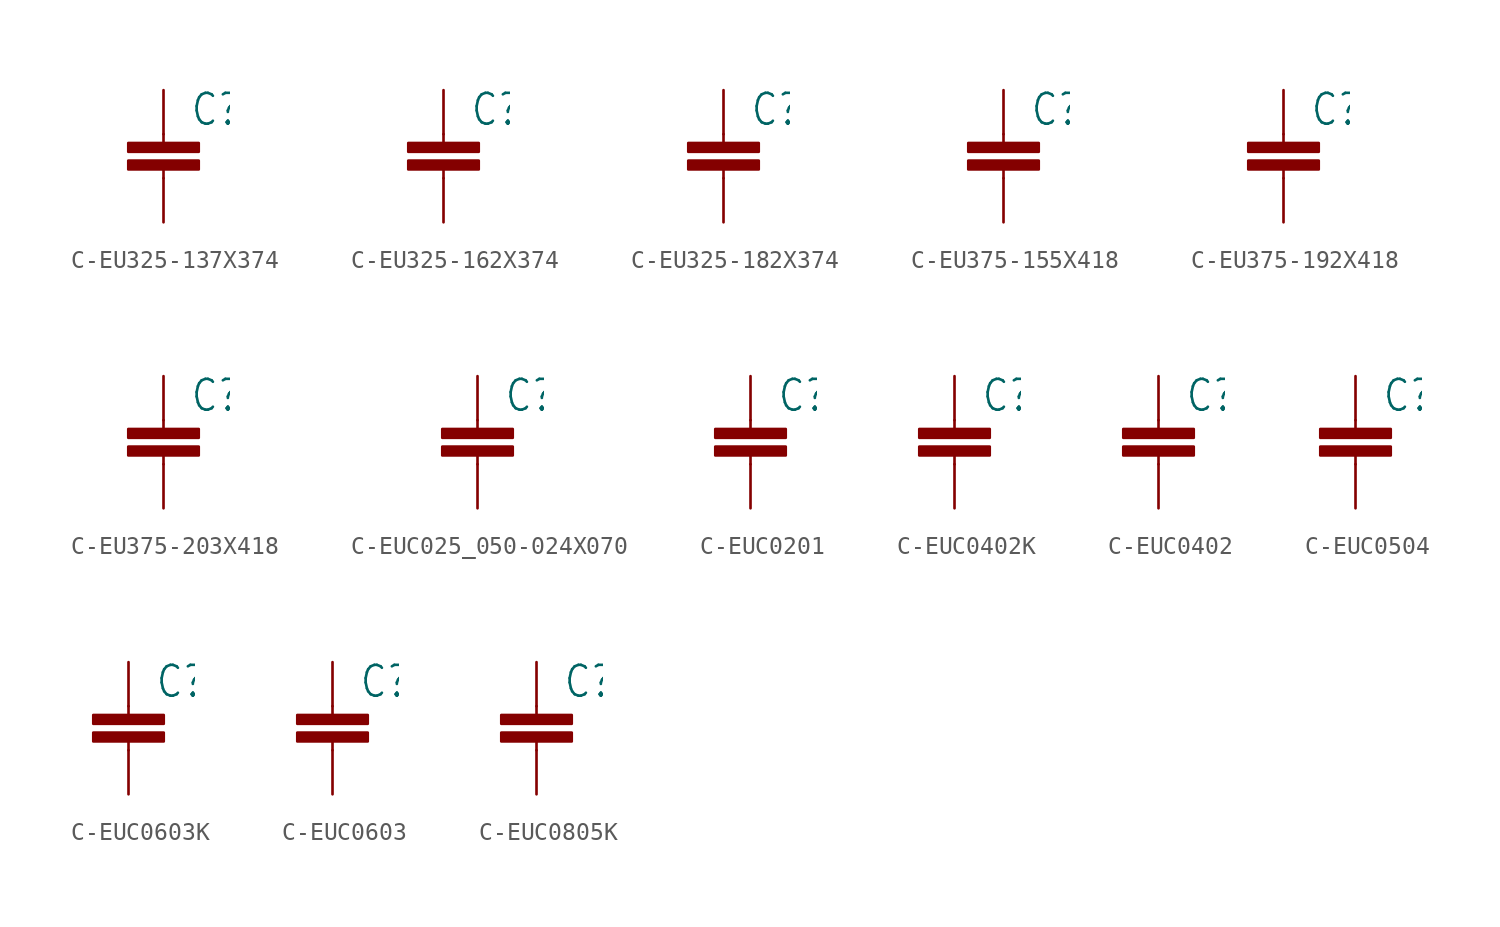
<source format=kicad_sym>
(kicad_symbol_lib
  (version 20241209)
  (generator "kicad_symbol_editor")
  (generator_version "9.0")
  (symbol "C-EU325-137X374"
    (property "Reference" "C"
      (at 1.524 0.381 0)
      (effects (font (size 1.778 1.511)) (justify left bottom)))
    (property "Value" ""
      (at 1.524 -4.699 0)
      (effects (font (size 1.778 1.511)) (justify left bottom)))
    (property "ki_locked" ""
      (at 0 0 0)
      (effects (font (size 1.27 1.27))))
    (symbol "C-EU325-137X374_1_0"
      (rectangle (start -2.032 -1.016) (end 2.032 -0.508) (stroke (width 0) (type default)) (fill (type outline)))
      (rectangle (start -2.032 -2.032) (end 2.032 -1.524) (stroke (width 0) (type default)) (fill (type outline)))
      (polyline (pts (xy 0 0) (xy 0 -0.508)) (stroke (width 0.152) (type solid)) (fill (type none)))
      (polyline (pts (xy 0 -2.54) (xy 0 -2.032)) (stroke (width 0.152) (type solid)) (fill (type none)))
      (pin passive line (at 0 2.54 270) (length 2.54) (name "1" (effects (font (size 0 0)))) (number "1" (effects (font (size 0 0)))))
      (pin passive line (at 0 -5.08 90) (length 2.54) (name "2" (effects (font (size 0 0)))) (number "2" (effects (font (size 0 0)))))))
  (symbol "C-EU325-162X374"
    (property "Reference" "C"
      (at 1.524 0.381 0)
      (effects (font (size 1.778 1.511)) (justify left bottom)))
    (property "Value" ""
      (at 1.524 -4.699 0)
      (effects (font (size 1.778 1.511)) (justify left bottom)))
    (property "ki_locked" ""
      (at 0 0 0)
      (effects (font (size 1.27 1.27))))
    (symbol "C-EU325-162X374_1_0"
      (rectangle (start -2.032 -1.016) (end 2.032 -0.508) (stroke (width 0) (type default)) (fill (type outline)))
      (rectangle (start -2.032 -2.032) (end 2.032 -1.524) (stroke (width 0) (type default)) (fill (type outline)))
      (polyline (pts (xy 0 0) (xy 0 -0.508)) (stroke (width 0.152) (type solid)) (fill (type none)))
      (polyline (pts (xy 0 -2.54) (xy 0 -2.032)) (stroke (width 0.152) (type solid)) (fill (type none)))
      (pin passive line (at 0 2.54 270) (length 2.54) (name "1" (effects (font (size 0 0)))) (number "1" (effects (font (size 0 0)))))
      (pin passive line (at 0 -5.08 90) (length 2.54) (name "2" (effects (font (size 0 0)))) (number "2" (effects (font (size 0 0)))))))
  (symbol "C-EU325-182X374"
    (property "Reference" "C"
      (at 1.524 0.381 0)
      (effects (font (size 1.778 1.511)) (justify left bottom)))
    (property "Value" ""
      (at 1.524 -4.699 0)
      (effects (font (size 1.778 1.511)) (justify left bottom)))
    (property "ki_locked" ""
      (at 0 0 0)
      (effects (font (size 1.27 1.27))))
    (symbol "C-EU325-182X374_1_0"
      (rectangle (start -2.032 -1.016) (end 2.032 -0.508) (stroke (width 0) (type default)) (fill (type outline)))
      (rectangle (start -2.032 -2.032) (end 2.032 -1.524) (stroke (width 0) (type default)) (fill (type outline)))
      (polyline (pts (xy 0 0) (xy 0 -0.508)) (stroke (width 0.152) (type solid)) (fill (type none)))
      (polyline (pts (xy 0 -2.54) (xy 0 -2.032)) (stroke (width 0.152) (type solid)) (fill (type none)))
      (pin passive line (at 0 2.54 270) (length 2.54) (name "1" (effects (font (size 0 0)))) (number "1" (effects (font (size 0 0)))))
      (pin passive line (at 0 -5.08 90) (length 2.54) (name "2" (effects (font (size 0 0)))) (number "2" (effects (font (size 0 0)))))))
  (symbol "C-EU375-155X418"
    (property "Reference" "C"
      (at 1.524 0.381 0)
      (effects (font (size 1.778 1.511)) (justify left bottom)))
    (property "Value" ""
      (at 1.524 -4.699 0)
      (effects (font (size 1.778 1.511)) (justify left bottom)))
    (property "ki_locked" ""
      (at 0 0 0)
      (effects (font (size 1.27 1.27))))
    (symbol "C-EU375-155X418_1_0"
      (rectangle (start -2.032 -1.016) (end 2.032 -0.508) (stroke (width 0) (type default)) (fill (type outline)))
      (rectangle (start -2.032 -2.032) (end 2.032 -1.524) (stroke (width 0) (type default)) (fill (type outline)))
      (polyline (pts (xy 0 0) (xy 0 -0.508)) (stroke (width 0.152) (type solid)) (fill (type none)))
      (polyline (pts (xy 0 -2.54) (xy 0 -2.032)) (stroke (width 0.152) (type solid)) (fill (type none)))
      (pin passive line (at 0 2.54 270) (length 2.54) (name "1" (effects (font (size 0 0)))) (number "1" (effects (font (size 0 0)))))
      (pin passive line (at 0 -5.08 90) (length 2.54) (name "2" (effects (font (size 0 0)))) (number "2" (effects (font (size 0 0)))))))
  (symbol "C-EU375-192X418"
    (property "Reference" "C"
      (at 1.524 0.381 0)
      (effects (font (size 1.778 1.511)) (justify left bottom)))
    (property "Value" ""
      (at 1.524 -4.699 0)
      (effects (font (size 1.778 1.511)) (justify left bottom)))
    (property "ki_locked" ""
      (at 0 0 0)
      (effects (font (size 1.27 1.27))))
    (symbol "C-EU375-192X418_1_0"
      (rectangle (start -2.032 -1.016) (end 2.032 -0.508) (stroke (width 0) (type default)) (fill (type outline)))
      (rectangle (start -2.032 -2.032) (end 2.032 -1.524) (stroke (width 0) (type default)) (fill (type outline)))
      (polyline (pts (xy 0 0) (xy 0 -0.508)) (stroke (width 0.152) (type solid)) (fill (type none)))
      (polyline (pts (xy 0 -2.54) (xy 0 -2.032)) (stroke (width 0.152) (type solid)) (fill (type none)))
      (pin passive line (at 0 2.54 270) (length 2.54) (name "1" (effects (font (size 0 0)))) (number "1" (effects (font (size 0 0)))))
      (pin passive line (at 0 -5.08 90) (length 2.54) (name "2" (effects (font (size 0 0)))) (number "2" (effects (font (size 0 0)))))))
  (symbol "C-EU375-203X418"
    (property "Reference" "C"
      (at 1.524 0.381 0)
      (effects (font (size 1.778 1.511)) (justify left bottom)))
    (property "Value" ""
      (at 1.524 -4.699 0)
      (effects (font (size 1.778 1.511)) (justify left bottom)))
    (property "ki_locked" ""
      (at 0 0 0)
      (effects (font (size 1.27 1.27))))
    (symbol "C-EU375-203X418_1_0"
      (rectangle (start -2.032 -1.016) (end 2.032 -0.508) (stroke (width 0) (type default)) (fill (type outline)))
      (rectangle (start -2.032 -2.032) (end 2.032 -1.524) (stroke (width 0) (type default)) (fill (type outline)))
      (polyline (pts (xy 0 0) (xy 0 -0.508)) (stroke (width 0.152) (type solid)) (fill (type none)))
      (polyline (pts (xy 0 -2.54) (xy 0 -2.032)) (stroke (width 0.152) (type solid)) (fill (type none)))
      (pin passive line (at 0 2.54 270) (length 2.54) (name "1" (effects (font (size 0 0)))) (number "1" (effects (font (size 0 0)))))
      (pin passive line (at 0 -5.08 90) (length 2.54) (name "2" (effects (font (size 0 0)))) (number "2" (effects (font (size 0 0)))))))
  (symbol "C-EUC025_050-024X070"
    (property "Reference" "C"
      (at 1.524 0.381 0)
      (effects (font (size 1.778 1.511)) (justify left bottom)))
    (property "Value" ""
      (at 1.524 -4.699 0)
      (effects (font (size 1.778 1.511)) (justify left bottom)))
    (property "ki_locked" ""
      (at 0 0 0)
      (effects (font (size 1.27 1.27))))
    (symbol "C-EUC025_050-024X070_1_0"
      (rectangle (start -2.032 -1.016) (end 2.032 -0.508) (stroke (width 0) (type default)) (fill (type outline)))
      (rectangle (start -2.032 -2.032) (end 2.032 -1.524) (stroke (width 0) (type default)) (fill (type outline)))
      (polyline (pts (xy 0 0) (xy 0 -0.508)) (stroke (width 0.152) (type solid)) (fill (type none)))
      (polyline (pts (xy 0 -2.54) (xy 0 -2.032)) (stroke (width 0.152) (type solid)) (fill (type none)))
      (pin passive line (at 0 2.54 270) (length 2.54) (name "1" (effects (font (size 0 0)))) (number "1" (effects (font (size 0 0)))))
      (pin passive line (at 0 -5.08 90) (length 2.54) (name "2" (effects (font (size 0 0)))) (number "2" (effects (font (size 0 0)))))))
  (symbol "C-EUC0201"
    (property "Reference" "C"
      (at 1.524 0.381 0)
      (effects (font (size 1.778 1.511)) (justify left bottom)))
    (property "Value" ""
      (at 1.524 -4.699 0)
      (effects (font (size 1.778 1.511)) (justify left bottom)))
    (property "ki_locked" ""
      (at 0 0 0)
      (effects (font (size 1.27 1.27))))
    (symbol "C-EUC0201_1_0"
      (rectangle (start -2.032 -1.016) (end 2.032 -0.508) (stroke (width 0) (type default)) (fill (type outline)))
      (rectangle (start -2.032 -2.032) (end 2.032 -1.524) (stroke (width 0) (type default)) (fill (type outline)))
      (polyline (pts (xy 0 0) (xy 0 -0.508)) (stroke (width 0.152) (type solid)) (fill (type none)))
      (polyline (pts (xy 0 -2.54) (xy 0 -2.032)) (stroke (width 0.152) (type solid)) (fill (type none)))
      (pin passive line (at 0 2.54 270) (length 2.54) (name "1" (effects (font (size 0 0)))) (number "1" (effects (font (size 0 0)))))
      (pin passive line (at 0 -5.08 90) (length 2.54) (name "2" (effects (font (size 0 0)))) (number "2" (effects (font (size 0 0)))))))
  (symbol "C-EUC0402K"
    (property "Reference" "C"
      (at 1.524 0.381 0)
      (effects (font (size 1.778 1.511)) (justify left bottom)))
    (property "Value" ""
      (at 1.524 -4.699 0)
      (effects (font (size 1.778 1.511)) (justify left bottom)))
    (property "ki_locked" ""
      (at 0 0 0)
      (effects (font (size 1.27 1.27))))
    (symbol "C-EUC0402K_1_0"
      (rectangle (start -2.032 -1.016) (end 2.032 -0.508) (stroke (width 0) (type default)) (fill (type outline)))
      (rectangle (start -2.032 -2.032) (end 2.032 -1.524) (stroke (width 0) (type default)) (fill (type outline)))
      (polyline (pts (xy 0 0) (xy 0 -0.508)) (stroke (width 0.152) (type solid)) (fill (type none)))
      (polyline (pts (xy 0 -2.54) (xy 0 -2.032)) (stroke (width 0.152) (type solid)) (fill (type none)))
      (pin passive line (at 0 2.54 270) (length 2.54) (name "1" (effects (font (size 0 0)))) (number "1" (effects (font (size 0 0)))))
      (pin passive line (at 0 -5.08 90) (length 2.54) (name "2" (effects (font (size 0 0)))) (number "2" (effects (font (size 0 0)))))))
  (symbol "C-EUC0402"
    (property "Reference" "C"
      (at 1.524 0.381 0)
      (effects (font (size 1.778 1.511)) (justify left bottom)))
    (property "Value" ""
      (at 1.524 -4.699 0)
      (effects (font (size 1.778 1.511)) (justify left bottom)))
    (property "ki_locked" ""
      (at 0 0 0)
      (effects (font (size 1.27 1.27))))
    (symbol "C-EUC0402_1_0"
      (rectangle (start -2.032 -1.016) (end 2.032 -0.508) (stroke (width 0) (type default)) (fill (type outline)))
      (rectangle (start -2.032 -2.032) (end 2.032 -1.524) (stroke (width 0) (type default)) (fill (type outline)))
      (polyline (pts (xy 0 0) (xy 0 -0.508)) (stroke (width 0.152) (type solid)) (fill (type none)))
      (polyline (pts (xy 0 -2.54) (xy 0 -2.032)) (stroke (width 0.152) (type solid)) (fill (type none)))
      (pin passive line (at 0 2.54 270) (length 2.54) (name "1" (effects (font (size 0 0)))) (number "1" (effects (font (size 0 0)))))
      (pin passive line (at 0 -5.08 90) (length 2.54) (name "2" (effects (font (size 0 0)))) (number "2" (effects (font (size 0 0)))))))
  (symbol "C-EUC0504"
    (property "Reference" "C"
      (at 1.524 0.381 0)
      (effects (font (size 1.778 1.511)) (justify left bottom)))
    (property "Value" ""
      (at 1.524 -4.699 0)
      (effects (font (size 1.778 1.511)) (justify left bottom)))
    (property "ki_locked" ""
      (at 0 0 0)
      (effects (font (size 1.27 1.27))))
    (symbol "C-EUC0504_1_0"
      (rectangle (start -2.032 -1.016) (end 2.032 -0.508) (stroke (width 0) (type default)) (fill (type outline)))
      (rectangle (start -2.032 -2.032) (end 2.032 -1.524) (stroke (width 0) (type default)) (fill (type outline)))
      (polyline (pts (xy 0 0) (xy 0 -0.508)) (stroke (width 0.152) (type solid)) (fill (type none)))
      (polyline (pts (xy 0 -2.54) (xy 0 -2.032)) (stroke (width 0.152) (type solid)) (fill (type none)))
      (pin passive line (at 0 2.54 270) (length 2.54) (name "1" (effects (font (size 0 0)))) (number "1" (effects (font (size 0 0)))))
      (pin passive line (at 0 -5.08 90) (length 2.54) (name "2" (effects (font (size 0 0)))) (number "2" (effects (font (size 0 0)))))))
  (symbol "C-EUC0603K"
    (property "Reference" "C"
      (at 1.524 0.381 0)
      (effects (font (size 1.778 1.511)) (justify left bottom)))
    (property "Value" ""
      (at 1.524 -4.699 0)
      (effects (font (size 1.778 1.511)) (justify left bottom)))
    (property "ki_locked" ""
      (at 0 0 0)
      (effects (font (size 1.27 1.27))))
    (symbol "C-EUC0603K_1_0"
      (rectangle (start -2.032 -1.016) (end 2.032 -0.508) (stroke (width 0) (type default)) (fill (type outline)))
      (rectangle (start -2.032 -2.032) (end 2.032 -1.524) (stroke (width 0) (type default)) (fill (type outline)))
      (polyline (pts (xy 0 0) (xy 0 -0.508)) (stroke (width 0.152) (type solid)) (fill (type none)))
      (polyline (pts (xy 0 -2.54) (xy 0 -2.032)) (stroke (width 0.152) (type solid)) (fill (type none)))
      (pin passive line (at 0 2.54 270) (length 2.54) (name "1" (effects (font (size 0 0)))) (number "1" (effects (font (size 0 0)))))
      (pin passive line (at 0 -5.08 90) (length 2.54) (name "2" (effects (font (size 0 0)))) (number "2" (effects (font (size 0 0)))))))
  (symbol "C-EUC0603"
    (property "Reference" "C"
      (at 1.524 0.381 0)
      (effects (font (size 1.778 1.511)) (justify left bottom)))
    (property "Value" ""
      (at 1.524 -4.699 0)
      (effects (font (size 1.778 1.511)) (justify left bottom)))
    (property "ki_locked" ""
      (at 0 0 0)
      (effects (font (size 1.27 1.27))))
    (symbol "C-EUC0603_1_0"
      (rectangle (start -2.032 -1.016) (end 2.032 -0.508) (stroke (width 0) (type default)) (fill (type outline)))
      (rectangle (start -2.032 -2.032) (end 2.032 -1.524) (stroke (width 0) (type default)) (fill (type outline)))
      (polyline (pts (xy 0 0) (xy 0 -0.508)) (stroke (width 0.152) (type solid)) (fill (type none)))
      (polyline (pts (xy 0 -2.54) (xy 0 -2.032)) (stroke (width 0.152) (type solid)) (fill (type none)))
      (pin passive line (at 0 2.54 270) (length 2.54) (name "1" (effects (font (size 0 0)))) (number "1" (effects (font (size 0 0)))))
      (pin passive line (at 0 -5.08 90) (length 2.54) (name "2" (effects (font (size 0 0)))) (number "2" (effects (font (size 0 0)))))))
  (symbol "C-EUC0805K"
    (property "Reference" "C"
      (at 1.524 0.381 0)
      (effects (font (size 1.778 1.511)) (justify left bottom)))
    (property "Value" ""
      (at 1.524 -4.699 0)
      (effects (font (size 1.778 1.511)) (justify left bottom)))
    (property "ki_locked" ""
      (at 0 0 0)
      (effects (font (size 1.27 1.27))))
    (symbol "C-EUC0805K_1_0"
      (rectangle (start -2.032 -1.016) (end 2.032 -0.508) (stroke (width 0) (type default)) (fill (type outline)))
      (rectangle (start -2.032 -2.032) (end 2.032 -1.524) (stroke (width 0) (type default)) (fill (type outline)))
      (polyline (pts (xy 0 0) (xy 0 -0.508)) (stroke (width 0.152) (type solid)) (fill (type none)))
      (polyline (pts (xy 0 -2.54) (xy 0 -2.032)) (stroke (width 0.152) (type solid)) (fill (type none)))
      (pin passive line (at 0 2.54 270) (length 2.54) (name "1" (effects (font (size 0 0)))) (number "1" (effects (font (size 0 0)))))
      (pin passive line (at 0 -5.08 90) (length 2.54) (name "2" (effects (font (size 0 0)))) (number "2" (effects (font (size 0 0))))))))
</source>
